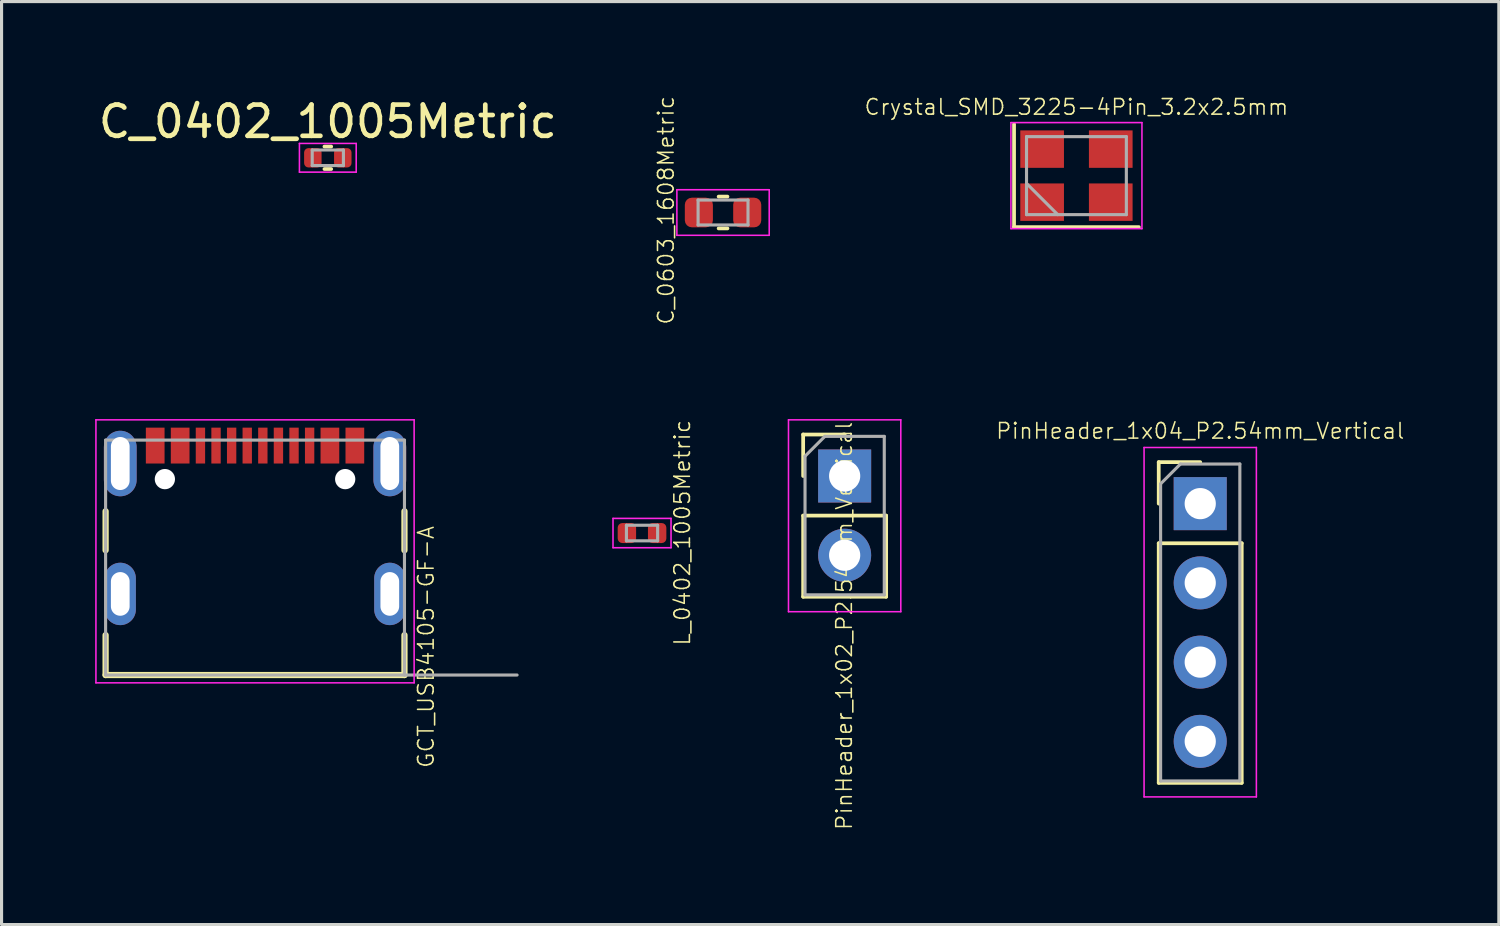
<source format=kicad_pcb>
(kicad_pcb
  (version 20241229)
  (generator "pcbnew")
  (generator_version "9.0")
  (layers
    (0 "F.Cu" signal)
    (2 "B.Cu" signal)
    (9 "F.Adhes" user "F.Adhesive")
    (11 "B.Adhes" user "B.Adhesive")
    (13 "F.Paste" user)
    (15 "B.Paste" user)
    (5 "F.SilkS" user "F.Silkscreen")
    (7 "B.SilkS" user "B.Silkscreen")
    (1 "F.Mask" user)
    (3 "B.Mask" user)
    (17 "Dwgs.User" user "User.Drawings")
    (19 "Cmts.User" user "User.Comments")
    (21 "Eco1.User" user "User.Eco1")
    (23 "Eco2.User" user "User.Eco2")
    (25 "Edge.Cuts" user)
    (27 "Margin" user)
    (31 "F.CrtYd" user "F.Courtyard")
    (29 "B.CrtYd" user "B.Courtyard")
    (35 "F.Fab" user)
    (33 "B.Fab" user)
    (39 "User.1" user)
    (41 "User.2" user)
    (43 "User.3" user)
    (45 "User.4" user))
  (footprint "C_0603_1608Metric"
    (layer "F.Cu")
    (at 20.127 3.762)
    (property "Reference" "C_0603_1608Metric" (at -1.83 -0.07 90) (layer "F.SilkS") (effects (font (size 0.5 0.5) (thickness 0.05))))
    (attr smd)
    (fp_line (start -0.141 -0.51) (end 0.141 -0.51) (stroke (width 0.12) (type solid)) (layer "F.SilkS"))
    (fp_line (start -0.141 0.51) (end 0.141 0.51) (stroke (width 0.12) (type solid)) (layer "F.SilkS"))
    (fp_line (start -1.48 -0.73) (end 1.48 -0.73) (stroke (width 0.05) (type solid)) (layer "F.CrtYd"))
    (fp_line (start -1.48 0.73) (end -1.48 -0.73) (stroke (width 0.05) (type solid)) (layer "F.CrtYd"))
    (fp_line (start 1.48 -0.73) (end 1.48 0.73) (stroke (width 0.05) (type solid)) (layer "F.CrtYd"))
    (fp_line (start 1.48 0.73) (end -1.48 0.73) (stroke (width 0.05) (type solid)) (layer "F.CrtYd"))
    (fp_line (start -0.8 -0.4) (end 0.8 -0.4) (stroke (width 0.1) (type solid)) (layer "F.Fab"))
    (fp_line (start -0.8 0.4) (end -0.8 -0.4) (stroke (width 0.1) (type solid)) (layer "F.Fab"))
    (fp_line (start 0.8 -0.4) (end 0.8 0.4) (stroke (width 0.1) (type solid)) (layer "F.Fab"))
    (fp_line (start 0.8 0.4) (end -0.8 0.4) (stroke (width 0.1) (type solid)) (layer "F.Fab"))
    (pad "1" smd roundrect (at -0.775 0) (size 0.9 0.95) (layers "F.Cu" "F.Mask" "F.Paste") (roundrect_rratio 0.25))
    (pad "2" smd roundrect (at 0.775 0) (size 0.9 0.95) (layers "F.Cu" "F.Mask" "F.Paste") (roundrect_rratio 0.25)))
  (footprint "C_0402_1005Metric"
    (layer "F.Cu")
    (at 7.458 2.008)
    (property "Reference" "C_0402_1005Metric" (at 0 -1.16 0) (layer "F.SilkS") (effects (font (size 1 1) (thickness 0.15))))
    (attr smd)
    (fp_line (start -0.108 -0.36) (end 0.108 -0.36) (stroke (width 0.12) (type solid)) (layer "F.SilkS"))
    (fp_line (start -0.108 0.36) (end 0.108 0.36) (stroke (width 0.12) (type solid)) (layer "F.SilkS"))
    (fp_line (start -0.91 -0.46) (end 0.91 -0.46) (stroke (width 0.05) (type solid)) (layer "F.CrtYd"))
    (fp_line (start -0.91 0.46) (end -0.91 -0.46) (stroke (width 0.05) (type solid)) (layer "F.CrtYd"))
    (fp_line (start 0.91 -0.46) (end 0.91 0.46) (stroke (width 0.05) (type solid)) (layer "F.CrtYd"))
    (fp_line (start 0.91 0.46) (end -0.91 0.46) (stroke (width 0.05) (type solid)) (layer "F.CrtYd"))
    (fp_line (start -0.5 -0.25) (end 0.5 -0.25) (stroke (width 0.1) (type solid)) (layer "F.Fab"))
    (fp_line (start -0.5 0.25) (end -0.5 -0.25) (stroke (width 0.1) (type solid)) (layer "F.Fab"))
    (fp_line (start 0.5 -0.25) (end 0.5 0.25) (stroke (width 0.1) (type solid)) (layer "F.Fab"))
    (fp_line (start 0.5 0.25) (end -0.5 0.25) (stroke (width 0.1) (type solid)) (layer "F.Fab"))
    (pad "1" smd roundrect (at -0.48 0) (size 0.56 0.62) (layers "F.Cu" "F.Mask" "F.Paste") (roundrect_rratio 0.25))
    (pad "2" smd roundrect (at 0.48 0) (size 0.56 0.62) (layers "F.Cu" "F.Mask" "F.Paste") (roundrect_rratio 0.25)))
  (footprint "PinHeader_1x04_P2.54mm_Vertical"
    (layer "F.Cu")
    (at 35.423 13.094)
    (property "Reference" "PinHeader_1x04_P2.54mm_Vertical" (at 0 -2.33 0) (layer "F.SilkS") (effects (font (size 0.5 0.5) (thickness 0.05))))
    (attr through_hole exclude_from_bom)
    (fp_line (start -1.33 -1.33) (end 0 -1.33) (stroke (width 0.12) (type solid)) (layer "F.SilkS"))
    (fp_line (start -1.33 0) (end -1.33 -1.33) (stroke (width 0.12) (type solid)) (layer "F.SilkS"))
    (fp_line (start -1.33 1.27) (end -1.33 8.95) (stroke (width 0.12) (type solid)) (layer "F.SilkS"))
    (fp_line (start -1.33 1.27) (end 1.33 1.27) (stroke (width 0.12) (type solid)) (layer "F.SilkS"))
    (fp_line (start -1.33 8.95) (end 1.33 8.95) (stroke (width 0.12) (type solid)) (layer "F.SilkS"))
    (fp_line (start 1.33 1.27) (end 1.33 8.95) (stroke (width 0.12) (type solid)) (layer "F.SilkS"))
    (fp_line (start -1.8 -1.8) (end -1.8 9.4) (stroke (width 0.05) (type solid)) (layer "F.CrtYd"))
    (fp_line (start -1.8 9.4) (end 1.8 9.4) (stroke (width 0.05) (type solid)) (layer "F.CrtYd"))
    (fp_line (start 1.8 -1.8) (end -1.8 -1.8) (stroke (width 0.05) (type solid)) (layer "F.CrtYd"))
    (fp_line (start 1.8 9.4) (end 1.8 -1.8) (stroke (width 0.05) (type solid)) (layer "F.CrtYd"))
    (fp_line (start -1.27 -0.635) (end -0.635 -1.27) (stroke (width 0.1) (type solid)) (layer "F.Fab"))
    (fp_line (start -1.27 8.89) (end -1.27 -0.635) (stroke (width 0.1) (type solid)) (layer "F.Fab"))
    (fp_line (start -0.635 -1.27) (end 1.27 -1.27) (stroke (width 0.1) (type solid)) (layer "F.Fab"))
    (fp_line (start 1.27 -1.27) (end 1.27 8.89) (stroke (width 0.1) (type solid)) (layer "F.Fab"))
    (fp_line (start 1.27 8.89) (end -1.27 8.89) (stroke (width 0.1) (type solid)) (layer "F.Fab"))
    (pad "1" thru_hole rect (at 0 0) (size 1.7 1.7) (drill 1) (layers "*.Cu" "*.Mask"))
    (pad "2" thru_hole oval (at 0 2.54) (size 1.7 1.7) (drill 1) (layers "*.Cu" "*.Mask"))
    (pad "3" thru_hole oval (at 0 5.08) (size 1.7 1.7) (drill 1) (layers "*.Cu" "*.Mask"))
    (pad "4" thru_hole oval (at 0 7.62) (size 1.7 1.7) (drill 1) (layers "*.Cu" "*.Mask")))
  (footprint "L_0402_1005Metric"
    (layer "F.Cu")
    (at 17.53 14.037)
    (property "Reference" "L_0402_1005Metric" (at 1.29 -0.01 90) (layer "F.SilkS") (effects (font (size 0.5 0.5) (thickness 0.05))))
    (attr smd)
    (fp_line (start -0.93 -0.47) (end 0.93 -0.47) (stroke (width 0.05) (type solid)) (layer "F.CrtYd"))
    (fp_line (start -0.93 0.47) (end -0.93 -0.47) (stroke (width 0.05) (type solid)) (layer "F.CrtYd"))
    (fp_line (start 0.93 -0.47) (end 0.93 0.47) (stroke (width 0.05) (type solid)) (layer "F.CrtYd"))
    (fp_line (start 0.93 0.47) (end -0.93 0.47) (stroke (width 0.05) (type solid)) (layer "F.CrtYd"))
    (fp_line (start -0.5 -0.25) (end 0.5 -0.25) (stroke (width 0.1) (type solid)) (layer "F.Fab"))
    (fp_line (start -0.5 0.25) (end -0.5 -0.25) (stroke (width 0.1) (type solid)) (layer "F.Fab"))
    (fp_line (start 0.5 -0.25) (end 0.5 0.25) (stroke (width 0.1) (type solid)) (layer "F.Fab"))
    (fp_line (start 0.5 0.25) (end -0.5 0.25) (stroke (width 0.1) (type solid)) (layer "F.Fab"))
    (pad "1" smd roundrect (at -0.485 0) (size 0.59 0.64) (layers "F.Cu" "F.Mask" "F.Paste") (roundrect_rratio 0.25))
    (pad "2" smd roundrect (at 0.485 0) (size 0.59 0.64) (layers "F.Cu" "F.Mask" "F.Paste") (roundrect_rratio 0.25)))
  (footprint "GCT_USB4105-GF-A"
    (layer "F.Cu")
    (at 5.125 15.988)
    (property "Reference" "GCT_USB4105-GF-A" (at 5.48 1.7 90) (layer "F.SilkS") (effects (font (size 0.5 0.5) (thickness 0.05))))
    (attr smd)
    (fp_line (start -4.79 -2.65) (end -4.79 -1.4) (stroke (width 0.2) (type solid)) (layer "F.SilkS"))
    (fp_line (start -4.79 1.32) (end -4.79 2.6) (stroke (width 0.2) (type solid)) (layer "F.SilkS"))
    (fp_line (start -4.79 2.6) (end 4.79 2.6) (stroke (width 0.2) (type solid)) (layer "F.SilkS"))
    (fp_line (start 4.79 -2.65) (end 4.79 -1.4) (stroke (width 0.2) (type solid)) (layer "F.SilkS"))
    (fp_line (start 4.79 2.6) (end 4.79 1.32) (stroke (width 0.2) (type solid)) (layer "F.SilkS"))
    (fp_line (start -5.1 -5.58) (end -5.1 2.85) (stroke (width 0.05) (type solid)) (layer "F.CrtYd"))
    (fp_line (start -5.1 2.85) (end 5.1 2.85) (stroke (width 0.05) (type solid)) (layer "F.CrtYd"))
    (fp_line (start 5.1 -5.58) (end -5.1 -5.58) (stroke (width 0.05) (type solid)) (layer "F.CrtYd"))
    (fp_line (start 5.1 2.85) (end 5.1 -5.58) (stroke (width 0.05) (type solid)) (layer "F.CrtYd"))
    (fp_line (start -4.79 -4.93) (end 4.79 -4.93) (stroke (width 0.1) (type solid)) (layer "F.Fab"))
    (fp_line (start -4.79 2.6) (end -4.79 -4.93) (stroke (width 0.1) (type solid)) (layer "F.Fab"))
    (fp_line (start 4.79 -4.93) (end 4.79 2.6) (stroke (width 0.1) (type solid)) (layer "F.Fab"))
    (fp_line (start 4.79 2.6) (end -4.79 2.6) (stroke (width 0.1) (type solid)) (layer "F.Fab"))
    (fp_line (start 4.8 2.6) (end 8.4 2.6) (stroke (width 0.1) (type solid)) (layer "F.Fab"))
    (pad "" np_thru_hole circle (at -2.89 -3.68) (size 0.65 0.65) (drill 0.65) (layers "*.Cu" "*.Mask"))
    (pad "" np_thru_hole circle (at 2.89 -3.68) (size 0.65 0.65) (drill 0.65) (layers "*.Cu" "*.Mask"))
    (pad "A1_B12" smd rect (at -3.2 -4.755) (size 0.6 1.15) (layers "F.Cu" "F.Mask" "F.Paste"))
    (pad "A4_B9" smd rect (at -2.4 -4.755) (size 0.6 1.15) (layers "F.Cu" "F.Mask" "F.Paste"))
    (pad "A5" smd rect (at -1.25 -4.755) (size 0.3 1.15) (layers "F.Cu" "F.Mask" "F.Paste"))
    (pad "A6" smd rect (at -0.25 -4.755) (size 0.3 1.15) (layers "F.Cu" "F.Mask" "F.Paste"))
    (pad "A7" smd rect (at 0.25 -4.755) (size 0.3 1.15) (layers "F.Cu" "F.Mask" "F.Paste"))
    (pad "A8" smd rect (at 1.25 -4.755) (size 0.3 1.15) (layers "F.Cu" "F.Mask" "F.Paste"))
    (pad "B1_A12" smd rect (at 3.2 -4.755) (size 0.6 1.15) (layers "F.Cu" "F.Mask" "F.Paste"))
    (pad "B4_A9" smd rect (at 2.4 -4.755) (size 0.6 1.15) (layers "F.Cu" "F.Mask" "F.Paste"))
    (pad "B5" smd rect (at 1.75 -4.755) (size 0.3 1.15) (layers "F.Cu" "F.Mask" "F.Paste"))
    (pad "B6" smd rect (at 0.75 -4.755) (size 0.3 1.15) (layers "F.Cu" "F.Mask" "F.Paste"))
    (pad "B7" smd rect (at -0.75 -4.755) (size 0.3 1.15) (layers "F.Cu" "F.Mask" "F.Paste"))
    (pad "B8" smd rect (at -1.75 -4.755) (size 0.3 1.15) (layers "F.Cu" "F.Mask" "F.Paste"))
    (pad "S1" thru_hole oval (at -4.32 -4.18) (size 1.05 2.1) (drill oval 0.6 1.7) (layers "*.Cu" "*.Mask"))
    (pad "S2" thru_hole oval (at -4.32 0) (size 1 2) (drill oval 0.6 1.4) (layers "*.Cu" "*.Mask"))
    (pad "S3" thru_hole oval (at 4.32 0) (size 1 2) (drill oval 0.6 1.4) (layers "*.Cu" "*.Mask"))
    (pad "S4" thru_hole oval (at 4.32 -4.18) (size 1.05 2.1) (drill oval 0.6 1.7) (layers "*.Cu" "*.Mask")))
  (footprint "Crystal_SMD_3225-4Pin_3.2x2.5mm"
    (layer "F.Cu")
    (at 31.455 2.58)
    (property "Reference" "Crystal_SMD_3225-4Pin_3.2x2.5mm" (at 0 -2.2 0) (layer "F.SilkS") (effects (font (size 0.5 0.5) (thickness 0.05))))
    (attr smd)
    (fp_line (start -2 -1.65) (end -2 1.65) (stroke (width 0.12) (type solid)) (layer "F.SilkS"))
    (fp_line (start -2 1.65) (end 2 1.65) (stroke (width 0.12) (type solid)) (layer "F.SilkS"))
    (fp_line (start -2.1 -1.7) (end -2.1 1.7) (stroke (width 0.05) (type solid)) (layer "F.CrtYd"))
    (fp_line (start -2.1 1.7) (end 2.1 1.7) (stroke (width 0.05) (type solid)) (layer "F.CrtYd"))
    (fp_line (start 2.1 -1.7) (end -2.1 -1.7) (stroke (width 0.05) (type solid)) (layer "F.CrtYd"))
    (fp_line (start 2.1 1.7) (end 2.1 -1.7) (stroke (width 0.05) (type solid)) (layer "F.CrtYd"))
    (fp_line (start -1.6 -1.25) (end -1.6 1.25) (stroke (width 0.1) (type solid)) (layer "F.Fab"))
    (fp_line (start -1.6 0.25) (end -0.6 1.25) (stroke (width 0.1) (type solid)) (layer "F.Fab"))
    (fp_line (start -1.6 1.25) (end 1.6 1.25) (stroke (width 0.1) (type solid)) (layer "F.Fab"))
    (fp_line (start 1.6 -1.25) (end -1.6 -1.25) (stroke (width 0.1) (type solid)) (layer "F.Fab"))
    (fp_line (start 1.6 1.25) (end 1.6 -1.25) (stroke (width 0.1) (type solid)) (layer "F.Fab"))
    (pad "1" smd rect (at -1.1 0.85) (size 1.4 1.2) (layers "F.Cu" "F.Mask" "F.Paste"))
    (pad "2" smd rect (at 1.1 0.85) (size 1.4 1.2) (layers "F.Cu" "F.Mask" "F.Paste"))
    (pad "3" smd rect (at 1.1 -0.85) (size 1.4 1.2) (layers "F.Cu" "F.Mask" "F.Paste"))
    (pad "4" smd rect (at -1.1 -0.85) (size 1.4 1.2) (layers "F.Cu" "F.Mask" "F.Paste")))
  (footprint "PinHeader_1x02_P2.54mm_Vertical"
    (layer "F.Cu")
    (at 24.025 12.208)
    (property "Reference" "PinHeader_1x02_P2.54mm_Vertical" (at -0.015 4.805 90) (layer "F.SilkS") (effects (font (size 0.5 0.5) (thickness 0.05))))
    (attr through_hole exclude_from_bom)
    (fp_line (start -1.33 -1.33) (end 0 -1.33) (stroke (width 0.12) (type solid)) (layer "F.SilkS"))
    (fp_line (start -1.33 0) (end -1.33 -1.33) (stroke (width 0.12) (type solid)) (layer "F.SilkS"))
    (fp_line (start -1.33 1.27) (end -1.33 3.87) (stroke (width 0.12) (type solid)) (layer "F.SilkS"))
    (fp_line (start -1.33 1.27) (end 1.33 1.27) (stroke (width 0.12) (type solid)) (layer "F.SilkS"))
    (fp_line (start -1.33 3.87) (end 1.33 3.87) (stroke (width 0.12) (type solid)) (layer "F.SilkS"))
    (fp_line (start 1.33 1.27) (end 1.33 3.87) (stroke (width 0.12) (type solid)) (layer "F.SilkS"))
    (fp_line (start -1.8 -1.8) (end -1.8 4.35) (stroke (width 0.05) (type solid)) (layer "F.CrtYd"))
    (fp_line (start -1.8 4.35) (end 1.8 4.35) (stroke (width 0.05) (type solid)) (layer "F.CrtYd"))
    (fp_line (start 1.8 -1.8) (end -1.8 -1.8) (stroke (width 0.05) (type solid)) (layer "F.CrtYd"))
    (fp_line (start 1.8 4.35) (end 1.8 -1.8) (stroke (width 0.05) (type solid)) (layer "F.CrtYd"))
    (fp_line (start -1.27 -0.635) (end -0.635 -1.27) (stroke (width 0.1) (type solid)) (layer "F.Fab"))
    (fp_line (start -1.27 3.81) (end -1.27 -0.635) (stroke (width 0.1) (type solid)) (layer "F.Fab"))
    (fp_line (start -0.635 -1.27) (end 1.27 -1.27) (stroke (width 0.1) (type solid)) (layer "F.Fab"))
    (fp_line (start 1.27 -1.27) (end 1.27 3.81) (stroke (width 0.1) (type solid)) (layer "F.Fab"))
    (fp_line (start 1.27 3.81) (end -1.27 3.81) (stroke (width 0.1) (type solid)) (layer "F.Fab"))
    (pad "1" thru_hole rect (at 0 0) (size 1.7 1.7) (drill 1) (layers "*.Cu" "*.Mask"))
    (pad "2" thru_hole oval (at 0 2.54) (size 1.7 1.7) (drill 1) (layers "*.Cu" "*.Mask")))
  (gr_rect
    (start -3 -3)
    (end 44.995 26.586)
    (stroke (width 0.1) (type default))
    (fill no)
    (layer "Edge.Cuts")))
</source>
